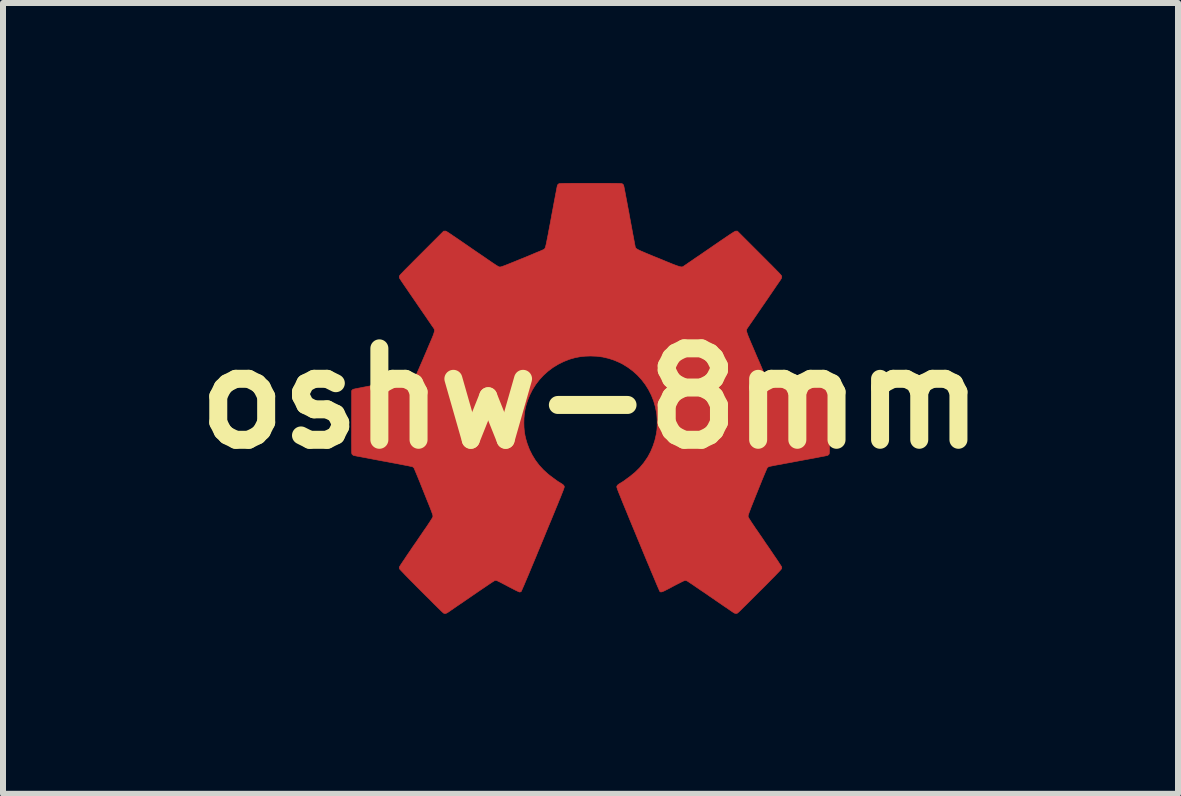
<source format=kicad_pcb>
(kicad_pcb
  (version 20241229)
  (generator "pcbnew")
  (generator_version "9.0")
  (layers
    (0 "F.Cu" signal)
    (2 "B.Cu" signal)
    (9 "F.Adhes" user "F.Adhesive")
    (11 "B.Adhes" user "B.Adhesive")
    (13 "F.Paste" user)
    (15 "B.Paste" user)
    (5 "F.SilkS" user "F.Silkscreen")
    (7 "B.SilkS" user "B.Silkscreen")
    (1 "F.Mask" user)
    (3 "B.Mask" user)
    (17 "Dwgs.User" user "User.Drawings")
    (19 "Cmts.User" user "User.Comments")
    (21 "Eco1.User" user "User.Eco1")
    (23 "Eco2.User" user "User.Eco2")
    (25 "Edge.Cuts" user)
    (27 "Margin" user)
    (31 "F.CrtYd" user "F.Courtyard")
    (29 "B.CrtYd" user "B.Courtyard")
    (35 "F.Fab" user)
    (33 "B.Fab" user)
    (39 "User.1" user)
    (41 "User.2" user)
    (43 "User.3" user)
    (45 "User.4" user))
  (footprint "oshw-8mm"
    (layer "F.Cu")
    (at 6.793 3.591)
    (property "Reference" "oshw-8mm" (at 0 0 0) (layer "F.SilkS") (effects (font (size 1.524 1.524) (thickness 0.3))))
    (attr through_hole)
    (fp_poly (pts (xy 0.083 -3.586) (xy 0.157 -3.586) (xy 0.221 -3.586) (xy 0.278 -3.586) (xy 0.327 -3.586) (xy 0.369 -3.585) (xy 0.404 -3.585) (xy 0.434 -3.585) (xy 0.458 -3.584) (xy 0.478 -3.584) (xy 0.493 -3.583) (xy 0.505 -3.582) (xy 0.514 -3.581) (xy 0.52 -3.58) (xy 0.525 -3.579) (xy 0.528 -3.578) (xy 0.531 -3.576) (xy 0.543 -3.566) (xy 0.552 -3.553) (xy 0.552 -3.553) (xy 0.553 -3.546) (xy 0.557 -3.53) (xy 0.562 -3.506) (xy 0.568 -3.474) (xy 0.576 -3.434) (xy 0.584 -3.389) (xy 0.594 -3.338) (xy 0.605 -3.281) (xy 0.616 -3.221) (xy 0.628 -3.157) (xy 0.641 -3.09) (xy 0.647 -3.053) (xy 0.66 -2.984) (xy 0.672 -2.918) (xy 0.684 -2.855) (xy 0.695 -2.795) (xy 0.705 -2.74) (xy 0.715 -2.69) (xy 0.723 -2.646) (xy 0.73 -2.609) (xy 0.735 -2.579) (xy 0.74 -2.557) (xy 0.742 -2.544) (xy 0.743 -2.541) (xy 0.744 -2.532) (xy 0.746 -2.524) (xy 0.749 -2.517) (xy 0.752 -2.51) (xy 0.758 -2.503) (xy 0.766 -2.496) (xy 0.777 -2.489) (xy 0.792 -2.48) (xy 0.811 -2.471) (xy 0.834 -2.46) (xy 0.864 -2.447) (xy 0.899 -2.432) (xy 0.941 -2.414) (xy 0.99 -2.394) (xy 1.047 -2.37) (xy 1.112 -2.344) (xy 1.132 -2.336) (xy 1.2 -2.308) (xy 1.26 -2.283) (xy 1.312 -2.262) (xy 1.356 -2.244) (xy 1.394 -2.229) (xy 1.426 -2.217) (xy 1.452 -2.208) (xy 1.474 -2.201) (xy 1.492 -2.196) (xy 1.507 -2.193) (xy 1.518 -2.192) (xy 1.528 -2.193) (xy 1.537 -2.195) (xy 1.544 -2.199) (xy 1.552 -2.204) (xy 1.56 -2.21) (xy 1.567 -2.215) (xy 1.576 -2.221) (xy 1.593 -2.232) (xy 1.616 -2.248) (xy 1.646 -2.269) (xy 1.682 -2.293) (xy 1.722 -2.321) (xy 1.767 -2.352) (xy 1.817 -2.385) (xy 1.869 -2.421) (xy 1.924 -2.459) (xy 1.981 -2.498) (xy 2.003 -2.513) (xy 2.069 -2.559) (xy 2.128 -2.599) (xy 2.18 -2.635) (xy 2.225 -2.665) (xy 2.264 -2.692) (xy 2.297 -2.714) (xy 2.325 -2.733) (xy 2.348 -2.748) (xy 2.367 -2.76) (xy 2.382 -2.77) (xy 2.395 -2.777) (xy 2.404 -2.782) (xy 2.411 -2.786) (xy 2.417 -2.788) (xy 2.422 -2.789) (xy 2.426 -2.789) (xy 2.426 -2.789) (xy 2.448 -2.789) (xy 2.818 -2.419) (xy 2.877 -2.36) (xy 2.929 -2.308) (xy 2.975 -2.261) (xy 3.016 -2.221) (xy 3.05 -2.186) (xy 3.08 -2.156) (xy 3.105 -2.13) (xy 3.126 -2.109) (xy 3.143 -2.091) (xy 3.157 -2.076) (xy 3.167 -2.065) (xy 3.175 -2.055) (xy 3.18 -2.048) (xy 3.184 -2.043) (xy 3.186 -2.038) (xy 3.187 -2.035) (xy 3.187 -2.031) (xy 3.187 -2.029) (xy 3.185 -2.012) (xy 3.179 -1.996) (xy 3.178 -1.994) (xy 3.174 -1.988) (xy 3.165 -1.974) (xy 3.15 -1.953) (xy 3.132 -1.926) (xy 3.109 -1.893) (xy 3.083 -1.855) (xy 3.054 -1.812) (xy 3.022 -1.765) (xy 2.987 -1.714) (xy 2.951 -1.661) (xy 2.913 -1.606) (xy 2.908 -1.598) (xy 2.869 -1.542) (xy 2.832 -1.488) (xy 2.796 -1.436) (xy 2.763 -1.387) (xy 2.732 -1.342) (xy 2.704 -1.301) (xy 2.679 -1.265) (xy 2.658 -1.235) (xy 2.642 -1.211) (xy 2.63 -1.194) (xy 2.623 -1.184) (xy 2.623 -1.184) (xy 2.617 -1.174) (xy 2.611 -1.166) (xy 2.606 -1.159) (xy 2.603 -1.151) (xy 2.601 -1.142) (xy 2.601 -1.132) (xy 2.602 -1.12) (xy 2.605 -1.105) (xy 2.611 -1.086) (xy 2.619 -1.063) (xy 2.629 -1.036) (xy 2.643 -1.003) (xy 2.659 -0.964) (xy 2.678 -0.919) (xy 2.701 -0.866) (xy 2.727 -0.805) (xy 2.751 -0.748) (xy 2.775 -0.692) (xy 2.799 -0.638) (xy 2.821 -0.587) (xy 2.841 -0.54) (xy 2.859 -0.497) (xy 2.875 -0.46) (xy 2.889 -0.429) (xy 2.899 -0.405) (xy 2.907 -0.388) (xy 2.91 -0.38) (xy 2.911 -0.38) (xy 2.92 -0.366) (xy 2.933 -0.354) (xy 2.933 -0.354) (xy 2.935 -0.352) (xy 2.938 -0.351) (xy 2.941 -0.349) (xy 2.944 -0.347) (xy 2.95 -0.346) (xy 2.957 -0.344) (xy 2.967 -0.341) (xy 2.981 -0.338) (xy 2.998 -0.335) (xy 3.019 -0.33) (xy 3.045 -0.325) (xy 3.076 -0.319) (xy 3.113 -0.312) (xy 3.156 -0.304) (xy 3.207 -0.295) (xy 3.264 -0.284) (xy 3.33 -0.272) (xy 3.404 -0.258) (xy 3.487 -0.243) (xy 3.534 -0.234) (xy 3.594 -0.223) (xy 3.652 -0.212) (xy 3.707 -0.202) (xy 3.758 -0.193) (xy 3.805 -0.184) (xy 3.845 -0.176) (xy 3.879 -0.17) (xy 3.906 -0.165) (xy 3.925 -0.161) (xy 3.935 -0.159) (xy 3.935 -0.159) (xy 3.953 -0.153) (xy 3.967 -0.144) (xy 3.97 -0.141) (xy 3.982 -0.129) (xy 3.983 0.393) (xy 3.983 0.476) (xy 3.983 0.55) (xy 3.984 0.615) (xy 3.984 0.672) (xy 3.984 0.722) (xy 3.984 0.764) (xy 3.983 0.8) (xy 3.983 0.83) (xy 3.983 0.854) (xy 3.982 0.874) (xy 3.982 0.89) (xy 3.981 0.902) (xy 3.98 0.911) (xy 3.979 0.918) (xy 3.978 0.923) (xy 3.977 0.926) (xy 3.975 0.929) (xy 3.975 0.93) (xy 3.962 0.943) (xy 3.949 0.951) (xy 3.941 0.952) (xy 3.924 0.956) (xy 3.9 0.961) (xy 3.868 0.967) (xy 3.83 0.974) (xy 3.786 0.983) (xy 3.738 0.992) (xy 3.685 1.002) (xy 3.63 1.012) (xy 3.608 1.016) (xy 3.517 1.033) (xy 3.436 1.048) (xy 3.363 1.062) (xy 3.298 1.074) (xy 3.241 1.084) (xy 3.192 1.094) (xy 3.149 1.102) (xy 3.112 1.108) (xy 3.081 1.114) (xy 3.055 1.119) (xy 3.034 1.123) (xy 3.017 1.127) (xy 3.003 1.129) (xy 2.993 1.132) (xy 2.985 1.133) (xy 2.98 1.135) (xy 2.976 1.136) (xy 2.975 1.136) (xy 2.96 1.144) (xy 2.947 1.155) (xy 2.947 1.155) (xy 2.943 1.162) (xy 2.936 1.178) (xy 2.926 1.201) (xy 2.913 1.231) (xy 2.897 1.269) (xy 2.879 1.312) (xy 2.859 1.36) (xy 2.838 1.413) (xy 2.815 1.469) (xy 2.791 1.529) (xy 2.779 1.559) (xy 2.751 1.628) (xy 2.727 1.689) (xy 2.706 1.741) (xy 2.688 1.786) (xy 2.673 1.824) (xy 2.661 1.856) (xy 2.651 1.883) (xy 2.643 1.904) (xy 2.637 1.922) (xy 2.632 1.935) (xy 2.629 1.946) (xy 2.628 1.954) (xy 2.627 1.96) (xy 2.627 1.965) (xy 2.627 1.969) (xy 2.628 1.972) (xy 2.63 1.977) (xy 2.634 1.986) (xy 2.64 1.997) (xy 2.65 2.013) (xy 2.662 2.032) (xy 2.678 2.057) (xy 2.697 2.086) (xy 2.721 2.121) (xy 2.748 2.162) (xy 2.781 2.209) (xy 2.818 2.263) (xy 2.86 2.324) (xy 2.907 2.394) (xy 2.908 2.396) (xy 2.947 2.452) (xy 2.985 2.507) (xy 3.02 2.559) (xy 3.053 2.608) (xy 3.084 2.653) (xy 3.111 2.693) (xy 3.135 2.729) (xy 3.154 2.759) (xy 3.17 2.782) (xy 3.18 2.799) (xy 3.186 2.808) (xy 3.186 2.81) (xy 3.187 2.826) (xy 3.185 2.838) (xy 3.181 2.843) (xy 3.171 2.855) (xy 3.154 2.874) (xy 3.131 2.898) (xy 3.101 2.929) (xy 3.065 2.967) (xy 3.021 3.011) (xy 2.971 3.062) (xy 2.914 3.12) (xy 2.85 3.184) (xy 2.822 3.211) (xy 2.772 3.261) (xy 2.724 3.309) (xy 2.678 3.355) (xy 2.635 3.398) (xy 2.596 3.437) (xy 2.559 3.473) (xy 2.528 3.504) (xy 2.501 3.531) (xy 2.479 3.552) (xy 2.462 3.567) (xy 2.452 3.576) (xy 2.449 3.579) (xy 2.43 3.585) (xy 2.409 3.583) (xy 2.387 3.572) (xy 2.382 3.569) (xy 2.375 3.564) (xy 2.36 3.554) (xy 2.337 3.538) (xy 2.309 3.519) (xy 2.275 3.495) (xy 2.235 3.469) (xy 2.192 3.439) (xy 2.144 3.406) (xy 2.094 3.372) (xy 2.041 3.335) (xy 1.992 3.302) (xy 1.938 3.264) (xy 1.885 3.228) (xy 1.835 3.195) (xy 1.789 3.163) (xy 1.746 3.134) (xy 1.709 3.108) (xy 1.676 3.086) (xy 1.649 3.068) (xy 1.628 3.054) (xy 1.614 3.045) (xy 1.609 3.042) (xy 1.585 3.035) (xy 1.573 3.035) (xy 1.563 3.038) (xy 1.546 3.045) (xy 1.521 3.057) (xy 1.49 3.073) (xy 1.452 3.092) (xy 1.409 3.114) (xy 1.375 3.132) (xy 1.329 3.157) (xy 1.289 3.178) (xy 1.257 3.194) (xy 1.232 3.207) (xy 1.211 3.216) (xy 1.195 3.222) (xy 1.183 3.225) (xy 1.174 3.226) (xy 1.167 3.225) (xy 1.161 3.222) (xy 1.156 3.219) (xy 1.153 3.213) (xy 1.146 3.198) (xy 1.136 3.175) (xy 1.122 3.143) (xy 1.105 3.104) (xy 1.085 3.056) (xy 1.062 3.001) (xy 1.036 2.939) (xy 1.006 2.869) (xy 0.975 2.793) (xy 0.94 2.711) (xy 0.903 2.622) (xy 0.864 2.528) (xy 0.823 2.428) (xy 0.789 2.347) (xy 0.746 2.242) (xy 0.706 2.146) (xy 0.67 2.059) (xy 0.637 1.979) (xy 0.608 1.907) (xy 0.581 1.842) (xy 0.557 1.784) (xy 0.536 1.733) (xy 0.518 1.688) (xy 0.502 1.648) (xy 0.488 1.613) (xy 0.476 1.584) (xy 0.466 1.559) (xy 0.458 1.538) (xy 0.451 1.52) (xy 0.446 1.506) (xy 0.443 1.495) (xy 0.44 1.486) (xy 0.438 1.48) (xy 0.438 1.475) (xy 0.437 1.471) (xy 0.438 1.468) (xy 0.438 1.467) (xy 0.443 1.456) (xy 0.45 1.446) (xy 0.461 1.436) (xy 0.478 1.424) (xy 0.502 1.409) (xy 0.506 1.407) (xy 0.529 1.393) (xy 0.555 1.376) (xy 0.577 1.36) (xy 0.58 1.358) (xy 0.599 1.343) (xy 0.623 1.326) (xy 0.648 1.308) (xy 0.662 1.297) (xy 0.744 1.23) (xy 0.819 1.156) (xy 0.886 1.076) (xy 0.946 0.989) (xy 0.958 0.97) (xy 1.003 0.886) (xy 1.041 0.795) (xy 1.072 0.701) (xy 1.094 0.605) (xy 1.106 0.533) (xy 1.109 0.496) (xy 1.11 0.453) (xy 1.111 0.405) (xy 1.11 0.356) (xy 1.107 0.309) (xy 1.104 0.267) (xy 1.101 0.246) (xy 1.081 0.142) (xy 1.052 0.042) (xy 1.014 -0.054) (xy 0.967 -0.146) (xy 0.913 -0.232) (xy 0.851 -0.313) (xy 0.782 -0.388) (xy 0.705 -0.457) (xy 0.623 -0.518) (xy 0.534 -0.573) (xy 0.491 -0.595) (xy 0.397 -0.636) (xy 0.302 -0.667) (xy 0.204 -0.69) (xy 0.103 -0.703) (xy 0 -0.707) (xy -0.089 -0.704) (xy -0.173 -0.695) (xy -0.254 -0.68) (xy -0.335 -0.657) (xy -0.349 -0.653) (xy -0.446 -0.615) (xy -0.539 -0.569) (xy -0.627 -0.515) (xy -0.708 -0.454) (xy -0.784 -0.386) (xy -0.853 -0.311) (xy -0.915 -0.23) (xy -0.969 -0.144) (xy -1.015 -0.052) (xy -1.053 0.044) (xy -1.053 0.046) (xy -1.076 0.119) (xy -1.092 0.188) (xy -1.103 0.258) (xy -1.109 0.33) (xy -1.111 0.408) (xy -1.109 0.483) (xy -1.103 0.552) (xy -1.092 0.618) (xy -1.076 0.685) (xy -1.056 0.752) (xy -1.019 0.85) (xy -0.972 0.944) (xy -0.918 1.032) (xy -0.855 1.115) (xy -0.785 1.191) (xy -0.708 1.261) (xy -0.662 1.297) (xy -0.64 1.313) (xy -0.618 1.33) (xy -0.598 1.344) (xy -0.588 1.352) (xy -0.571 1.364) (xy -0.55 1.379) (xy -0.527 1.394) (xy -0.513 1.402) (xy -0.487 1.418) (xy -0.468 1.431) (xy -0.455 1.441) (xy -0.446 1.45) (xy -0.441 1.46) (xy -0.438 1.467) (xy -0.438 1.47) (xy -0.437 1.473) (xy -0.438 1.477) (xy -0.439 1.483) (xy -0.441 1.49) (xy -0.444 1.5) (xy -0.449 1.513) (xy -0.454 1.528) (xy -0.462 1.548) (xy -0.471 1.571) (xy -0.482 1.598) (xy -0.494 1.63) (xy -0.509 1.667) (xy -0.527 1.709) (xy -0.546 1.758) (xy -0.569 1.812) (xy -0.594 1.874) (xy -0.622 1.942) (xy -0.653 2.018) (xy -0.688 2.101) (xy -0.726 2.193) (xy -0.767 2.293) (xy -0.789 2.347) (xy -0.832 2.45) (xy -0.873 2.548) (xy -0.911 2.641) (xy -0.947 2.727) (xy -0.981 2.808) (xy -1.012 2.883) (xy -1.04 2.95) (xy -1.066 3.011) (xy -1.089 3.065) (xy -1.108 3.111) (xy -1.125 3.149) (xy -1.138 3.179) (xy -1.148 3.201) (xy -1.154 3.214) (xy -1.156 3.219) (xy -1.169 3.225) (xy -1.181 3.227) (xy -1.19 3.225) (xy -1.208 3.217) (xy -1.234 3.205) (xy -1.268 3.188) (xy -1.31 3.166) (xy -1.361 3.14) (xy -1.374 3.133) (xy -1.413 3.112) (xy -1.45 3.093) (xy -1.484 3.075) (xy -1.513 3.06) (xy -1.538 3.048) (xy -1.555 3.04) (xy -1.566 3.036) (xy -1.567 3.035) (xy -1.584 3.034) (xy -1.599 3.037) (xy -1.605 3.041) (xy -1.619 3.05) (xy -1.64 3.063) (xy -1.667 3.081) (xy -1.7 3.103) (xy -1.738 3.129) (xy -1.781 3.158) (xy -1.827 3.189) (xy -1.877 3.223) (xy -1.929 3.259) (xy -1.976 3.291) (xy -2.031 3.329) (xy -2.084 3.365) (xy -2.134 3.4) (xy -2.182 3.432) (xy -2.226 3.462) (xy -2.265 3.489) (xy -2.299 3.513) (xy -2.328 3.532) (xy -2.35 3.548) (xy -2.366 3.558) (xy -2.372 3.563) (xy -2.396 3.577) (xy -2.416 3.585) (xy -2.432 3.585) (xy -2.449 3.579) (xy -2.453 3.576) (xy -2.458 3.572) (xy -2.47 3.56) (xy -2.489 3.543) (xy -2.512 3.52) (xy -2.541 3.492) (xy -2.574 3.459) (xy -2.612 3.422) (xy -2.652 3.381) (xy -2.696 3.337) (xy -2.743 3.291) (xy -2.792 3.242) (xy -2.825 3.209) (xy -2.892 3.142) (xy -2.951 3.082) (xy -3.004 3.029) (xy -3.05 2.982) (xy -3.089 2.942) (xy -3.121 2.908) (xy -3.147 2.881) (xy -3.166 2.861) (xy -3.179 2.847) (xy -3.185 2.839) (xy -3.185 2.838) (xy -3.187 2.822) (xy -3.186 2.81) (xy -3.183 2.804) (xy -3.175 2.791) (xy -3.162 2.77) (xy -3.144 2.743) (xy -3.122 2.71) (xy -3.096 2.672) (xy -3.068 2.629) (xy -3.036 2.582) (xy -3.001 2.531) (xy -2.965 2.477) (xy -2.926 2.421) (xy -2.908 2.396) (xy -2.861 2.326) (xy -2.819 2.265) (xy -2.782 2.21) (xy -2.749 2.163) (xy -2.721 2.122) (xy -2.698 2.087) (xy -2.678 2.057) (xy -2.663 2.033) (xy -2.65 2.013) (xy -2.641 1.998) (xy -2.634 1.986) (xy -2.63 1.977) (xy -2.628 1.972) (xy -2.628 1.972) (xy -2.627 1.968) (xy -2.627 1.963) (xy -2.627 1.958) (xy -2.628 1.952) (xy -2.63 1.943) (xy -2.633 1.932) (xy -2.638 1.917) (xy -2.645 1.899) (xy -2.653 1.876) (xy -2.664 1.848) (xy -2.677 1.814) (xy -2.693 1.774) (xy -2.712 1.727) (xy -2.734 1.673) (xy -2.759 1.61) (xy -2.779 1.56) (xy -2.803 1.5) (xy -2.826 1.443) (xy -2.847 1.389) (xy -2.868 1.339) (xy -2.886 1.294) (xy -2.903 1.254) (xy -2.917 1.22) (xy -2.929 1.192) (xy -2.937 1.172) (xy -2.943 1.16) (xy -2.945 1.157) (xy -2.957 1.146) (xy -2.97 1.138) (xy -2.977 1.136) (xy -2.994 1.133) (xy -3.018 1.128) (xy -3.05 1.121) (xy -3.089 1.114) (xy -3.135 1.105) (xy -3.186 1.095) (xy -3.242 1.084) (xy -3.303 1.073) (xy -3.366 1.061) (xy -3.433 1.048) (xy -3.459 1.044) (xy -3.526 1.031) (xy -3.592 1.019) (xy -3.653 1.007) (xy -3.711 0.996) (xy -3.764 0.986) (xy -3.812 0.977) (xy -3.854 0.969) (xy -3.889 0.963) (xy -3.917 0.957) (xy -3.936 0.953) (xy -3.947 0.951) (xy -3.949 0.951) (xy -3.964 0.941) (xy -3.975 0.93) (xy -3.976 0.927) (xy -3.978 0.924) (xy -3.979 0.919) (xy -3.98 0.913) (xy -3.981 0.904) (xy -3.982 0.893) (xy -3.982 0.878) (xy -3.983 0.859) (xy -3.983 0.836) (xy -3.983 0.807) (xy -3.983 0.773) (xy -3.984 0.732) (xy -3.984 0.684) (xy -3.984 0.629) (xy -3.983 0.565) (xy -3.983 0.493) (xy -3.983 0.412) (xy -3.983 0.393) (xy -3.982 -0.129) (xy -3.97 -0.141) (xy -3.968 -0.143) (xy -3.967 -0.145) (xy -3.966 -0.147) (xy -3.964 -0.149) (xy -3.961 -0.15) (xy -3.956 -0.152) (xy -3.95 -0.154) (xy -3.94 -0.156) (xy -3.927 -0.159) (xy -3.91 -0.163) (xy -3.889 -0.167) (xy -3.863 -0.172) (xy -3.831 -0.178) (xy -3.793 -0.186) (xy -3.749 -0.194) (xy -3.697 -0.204) (xy -3.638 -0.215) (xy -3.57 -0.227) (xy -3.494 -0.241) (xy -3.428 -0.254) (xy -3.347 -0.269) (xy -3.275 -0.282) (xy -3.212 -0.294) (xy -3.157 -0.304) (xy -3.11 -0.313) (xy -3.069 -0.321) (xy -3.035 -0.328) (xy -3.006 -0.334) (xy -2.983 -0.34) (xy -2.964 -0.345) (xy -2.949 -0.349) (xy -2.938 -0.353) (xy -2.93 -0.357) (xy -2.924 -0.361) (xy -2.919 -0.365) (xy -2.916 -0.369) (xy -2.913 -0.374) (xy -2.911 -0.379) (xy -2.911 -0.38) (xy -2.907 -0.386) (xy -2.901 -0.402) (xy -2.891 -0.425) (xy -2.878 -0.455) (xy -2.862 -0.491) (xy -2.844 -0.533) (xy -2.824 -0.579) (xy -2.802 -0.629) (xy -2.779 -0.683) (xy -2.755 -0.739) (xy -2.751 -0.748) (xy -2.722 -0.816) (xy -2.697 -0.876) (xy -2.675 -0.927) (xy -2.656 -0.971) (xy -2.64 -1.009) (xy -2.627 -1.041) (xy -2.617 -1.067) (xy -2.61 -1.089) (xy -2.605 -1.107) (xy -2.602 -1.122) (xy -2.601 -1.134) (xy -2.601 -1.144) (xy -2.604 -1.152) (xy -2.607 -1.16) (xy -2.612 -1.168) (xy -2.618 -1.176) (xy -2.623 -1.184) (xy -2.629 -1.193) (xy -2.641 -1.209) (xy -2.657 -1.233) (xy -2.677 -1.263) (xy -2.702 -1.298) (xy -2.729 -1.339) (xy -2.76 -1.384) (xy -2.794 -1.433) (xy -2.829 -1.484) (xy -2.867 -1.539) (xy -2.905 -1.595) (xy -2.911 -1.604) (xy -2.949 -1.659) (xy -2.986 -1.713) (xy -3.021 -1.764) (xy -3.053 -1.811) (xy -3.083 -1.855) (xy -3.11 -1.894) (xy -3.133 -1.928) (xy -3.152 -1.956) (xy -3.166 -1.978) (xy -3.176 -1.993) (xy -3.181 -2) (xy -3.182 -2.001) (xy -3.186 -2.013) (xy -3.187 -2.029) (xy -3.187 -2.03) (xy -3.187 -2.034) (xy -3.187 -2.037) (xy -3.185 -2.041) (xy -3.182 -2.046) (xy -3.177 -2.053) (xy -3.17 -2.062) (xy -3.16 -2.073) (xy -3.147 -2.086) (xy -3.131 -2.103) (xy -3.112 -2.123) (xy -3.088 -2.148) (xy -3.059 -2.177) (xy -3.026 -2.21) (xy -2.987 -2.249) (xy -2.943 -2.294) (xy -2.892 -2.345) (xy -2.835 -2.402) (xy -2.818 -2.419) (xy -2.448 -2.789) (xy -2.426 -2.789) (xy -2.423 -2.789) (xy -2.421 -2.79) (xy -2.419 -2.79) (xy -2.417 -2.79) (xy -2.414 -2.789) (xy -2.41 -2.787) (xy -2.404 -2.785) (xy -2.397 -2.78) (xy -2.387 -2.775) (xy -2.375 -2.767) (xy -2.359 -2.757) (xy -2.34 -2.744) (xy -2.317 -2.729) (xy -2.29 -2.71) (xy -2.258 -2.689) (xy -2.222 -2.664) (xy -2.179 -2.635) (xy -2.131 -2.602) (xy -2.076 -2.564) (xy -2.015 -2.522) (xy -1.947 -2.475) (xy -1.871 -2.423) (xy -1.806 -2.379) (xy -1.752 -2.342) (xy -1.706 -2.31) (xy -1.666 -2.283) (xy -1.633 -2.26) (xy -1.605 -2.242) (xy -1.583 -2.227) (xy -1.565 -2.215) (xy -1.55 -2.207) (xy -1.539 -2.2) (xy -1.53 -2.196) (xy -1.523 -2.193) (xy -1.518 -2.192) (xy -1.513 -2.191) (xy -1.508 -2.191) (xy -1.502 -2.192) (xy -1.494 -2.193) (xy -1.484 -2.196) (xy -1.47 -2.201) (xy -1.452 -2.207) (xy -1.43 -2.215) (xy -1.402 -2.226) (xy -1.369 -2.239) (xy -1.329 -2.255) (xy -1.282 -2.274) (xy -1.228 -2.296) (xy -1.165 -2.322) (xy -1.136 -2.333) (xy -1.08 -2.356) (xy -1.027 -2.378) (xy -0.977 -2.399) (xy -0.93 -2.419) (xy -0.889 -2.436) (xy -0.852 -2.451) (xy -0.822 -2.464) (xy -0.799 -2.474) (xy -0.784 -2.481) (xy -0.777 -2.484) (xy -0.777 -2.484) (xy -0.773 -2.488) (xy -0.769 -2.491) (xy -0.765 -2.495) (xy -0.761 -2.5) (xy -0.758 -2.507) (xy -0.754 -2.516) (xy -0.75 -2.529) (xy -0.746 -2.544) (xy -0.741 -2.564) (xy -0.736 -2.588) (xy -0.73 -2.617) (xy -0.723 -2.653) (xy -0.715 -2.694) (xy -0.705 -2.742) (xy -0.695 -2.798) (xy -0.683 -2.862) (xy -0.669 -2.934) (xy -0.654 -3.015) (xy -0.652 -3.028) (xy -0.639 -3.098) (xy -0.626 -3.166) (xy -0.614 -3.23) (xy -0.603 -3.291) (xy -0.592 -3.347) (xy -0.583 -3.397) (xy -0.574 -3.442) (xy -0.567 -3.48) (xy -0.561 -3.511) (xy -0.556 -3.534) (xy -0.553 -3.548) (xy -0.552 -3.553) (xy -0.544 -3.565) (xy -0.531 -3.576) (xy -0.531 -3.576) (xy -0.528 -3.578) (xy -0.525 -3.579) (xy -0.52 -3.581) (xy -0.513 -3.582) (xy -0.504 -3.582) (xy -0.492 -3.583) (xy -0.476 -3.584) (xy -0.456 -3.584) (xy -0.432 -3.585) (xy -0.402 -3.585) (xy -0.366 -3.585) (xy -0.323 -3.586) (xy -0.274 -3.586) (xy -0.216 -3.586) (xy -0.151 -3.586) (xy -0.076 -3.586) (xy 0 -3.586) (xy 0.083 -3.586)) (stroke (width 0.01) (type solid)) (fill yes) (layer "F.Cu")))
  (gr_rect
    (start -3 -3)
    (end 16.585 10.181)
    (stroke (width 0.1) (type default))
    (fill no)
    (layer "Edge.Cuts")))
</source>
